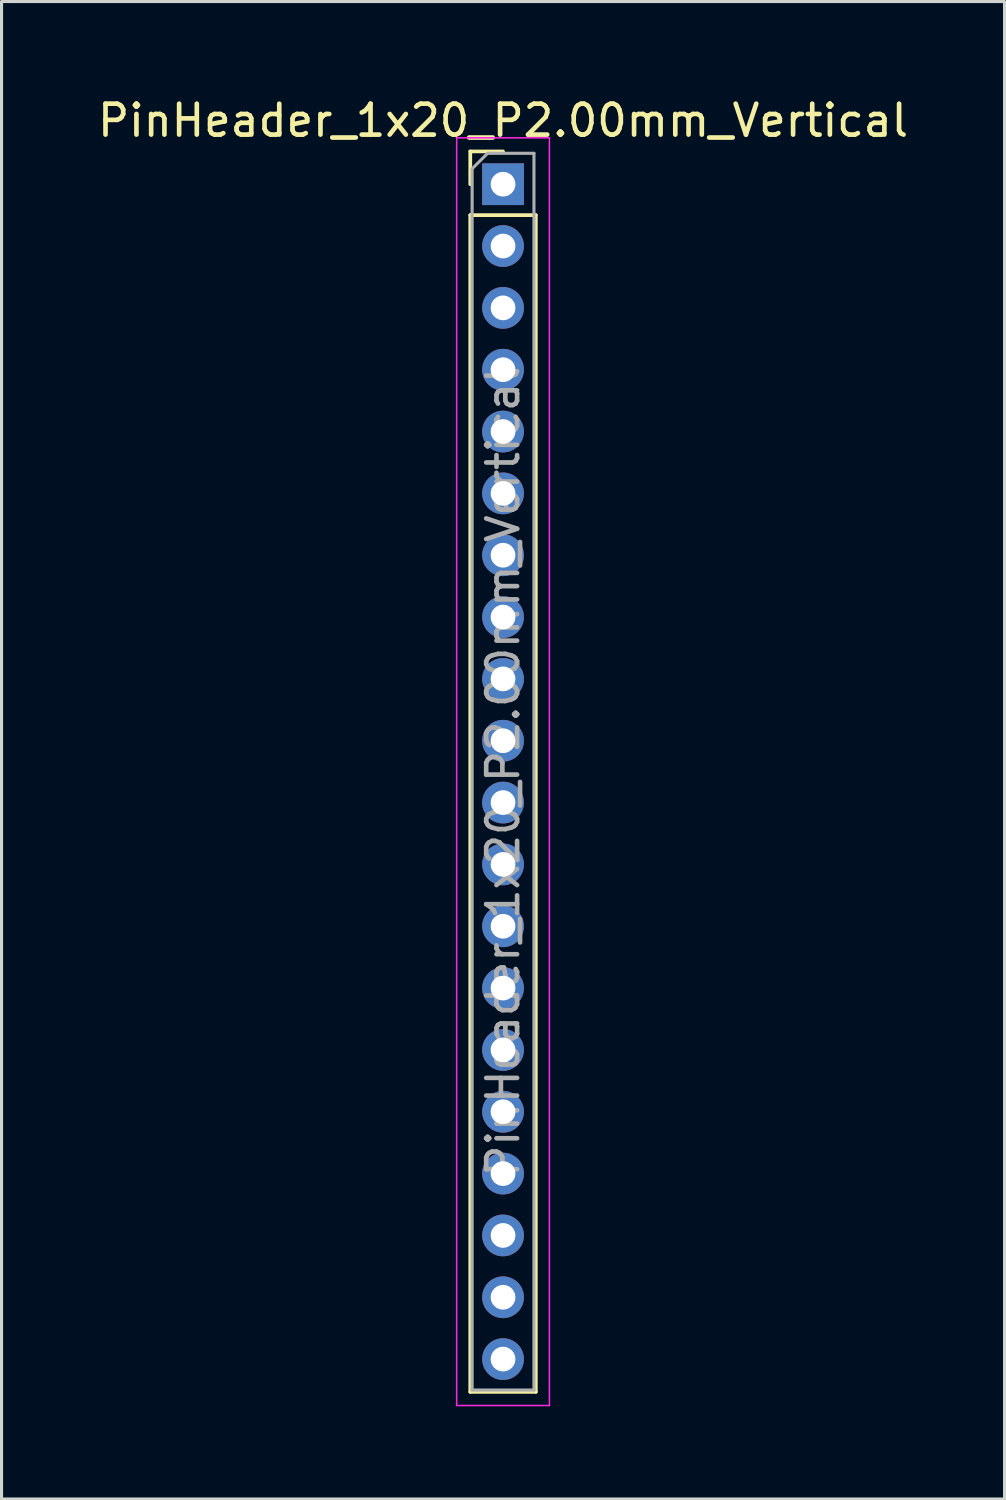
<source format=kicad_pcb>
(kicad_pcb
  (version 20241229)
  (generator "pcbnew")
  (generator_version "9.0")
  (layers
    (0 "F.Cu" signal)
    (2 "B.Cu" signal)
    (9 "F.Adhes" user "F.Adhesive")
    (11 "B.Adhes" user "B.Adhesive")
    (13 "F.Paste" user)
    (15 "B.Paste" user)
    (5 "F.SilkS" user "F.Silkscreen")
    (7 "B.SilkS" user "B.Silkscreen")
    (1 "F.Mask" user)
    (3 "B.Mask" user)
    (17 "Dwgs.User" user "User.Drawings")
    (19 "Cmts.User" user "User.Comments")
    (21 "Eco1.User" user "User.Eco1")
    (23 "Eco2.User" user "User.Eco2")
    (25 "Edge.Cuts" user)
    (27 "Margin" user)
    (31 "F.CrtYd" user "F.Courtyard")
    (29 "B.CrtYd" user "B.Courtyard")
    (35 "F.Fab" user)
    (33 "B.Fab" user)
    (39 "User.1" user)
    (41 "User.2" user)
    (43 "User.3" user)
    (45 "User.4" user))
  (footprint "PinHeader_1x20_P2.00mm_Vertical"
    (layer "F.Cu")
    (at 13.22 2.908)
    (property "Reference" "PinHeader_1x20_P2.00mm_Vertical" (at 0 -2.06 0) (layer "F.SilkS") (effects (font (size 1 1) (thickness 0.15))))
    (attr through_hole)
    (fp_line (start -1.06 -1.06) (end 0 -1.06) (stroke (width 0.12) (type solid)) (layer "F.SilkS"))
    (fp_line (start -1.06 0) (end -1.06 -1.06) (stroke (width 0.12) (type solid)) (layer "F.SilkS"))
    (fp_line (start -1.06 1) (end -1.06 39.06) (stroke (width 0.12) (type solid)) (layer "F.SilkS"))
    (fp_line (start -1.06 1) (end 1.06 1) (stroke (width 0.12) (type solid)) (layer "F.SilkS"))
    (fp_line (start -1.06 39.06) (end 1.06 39.06) (stroke (width 0.12) (type solid)) (layer "F.SilkS"))
    (fp_line (start 1.06 1) (end 1.06 39.06) (stroke (width 0.12) (type solid)) (layer "F.SilkS"))
    (fp_line (start -1.5 -1.5) (end -1.5 39.5) (stroke (width 0.05) (type solid)) (layer "F.CrtYd"))
    (fp_line (start -1.5 39.5) (end 1.5 39.5) (stroke (width 0.05) (type solid)) (layer "F.CrtYd"))
    (fp_line (start 1.5 -1.5) (end -1.5 -1.5) (stroke (width 0.05) (type solid)) (layer "F.CrtYd"))
    (fp_line (start 1.5 39.5) (end 1.5 -1.5) (stroke (width 0.05) (type solid)) (layer "F.CrtYd"))
    (fp_line (start -1 -0.5) (end -0.5 -1) (stroke (width 0.1) (type solid)) (layer "F.Fab"))
    (fp_line (start -1 39) (end -1 -0.5) (stroke (width 0.1) (type solid)) (layer "F.Fab"))
    (fp_line (start -0.5 -1) (end 1 -1) (stroke (width 0.1) (type solid)) (layer "F.Fab"))
    (fp_line (start 1 -1) (end 1 39) (stroke (width 0.1) (type solid)) (layer "F.Fab"))
    (fp_line (start 1 39) (end -1 39) (stroke (width 0.1) (type solid)) (layer "F.Fab"))
    (fp_text user "${REFERENCE}" (at 0 19 90) (layer "F.Fab") (effects (font (size 1 1) (thickness 0.15))))
    (pad "1" thru_hole rect (at 0 0) (size 1.35 1.35) (drill 0.8) (layers "*.Cu" "*.Mask"))
    (pad "2" thru_hole oval (at 0 2) (size 1.35 1.35) (drill 0.8) (layers "*.Cu" "*.Mask"))
    (pad "3" thru_hole oval (at 0 4) (size 1.35 1.35) (drill 0.8) (layers "*.Cu" "*.Mask"))
    (pad "4" thru_hole oval (at 0 6) (size 1.35 1.35) (drill 0.8) (layers "*.Cu" "*.Mask"))
    (pad "5" thru_hole oval (at 0 8) (size 1.35 1.35) (drill 0.8) (layers "*.Cu" "*.Mask"))
    (pad "6" thru_hole oval (at 0 10) (size 1.35 1.35) (drill 0.8) (layers "*.Cu" "*.Mask"))
    (pad "7" thru_hole oval (at 0 12) (size 1.35 1.35) (drill 0.8) (layers "*.Cu" "*.Mask"))
    (pad "8" thru_hole oval (at 0 14) (size 1.35 1.35) (drill 0.8) (layers "*.Cu" "*.Mask"))
    (pad "9" thru_hole oval (at 0 16) (size 1.35 1.35) (drill 0.8) (layers "*.Cu" "*.Mask"))
    (pad "10" thru_hole oval (at 0 18) (size 1.35 1.35) (drill 0.8) (layers "*.Cu" "*.Mask"))
    (pad "11" thru_hole oval (at 0 20) (size 1.35 1.35) (drill 0.8) (layers "*.Cu" "*.Mask"))
    (pad "12" thru_hole oval (at 0 22) (size 1.35 1.35) (drill 0.8) (layers "*.Cu" "*.Mask"))
    (pad "13" thru_hole oval (at 0 24) (size 1.35 1.35) (drill 0.8) (layers "*.Cu" "*.Mask"))
    (pad "14" thru_hole oval (at 0 26) (size 1.35 1.35) (drill 0.8) (layers "*.Cu" "*.Mask"))
    (pad "15" thru_hole oval (at 0 28) (size 1.35 1.35) (drill 0.8) (layers "*.Cu" "*.Mask"))
    (pad "16" thru_hole oval (at 0 30) (size 1.35 1.35) (drill 0.8) (layers "*.Cu" "*.Mask"))
    (pad "17" thru_hole oval (at 0 32) (size 1.35 1.35) (drill 0.8) (layers "*.Cu" "*.Mask"))
    (pad "18" thru_hole oval (at 0 34) (size 1.35 1.35) (drill 0.8) (layers "*.Cu" "*.Mask"))
    (pad "19" thru_hole oval (at 0 36) (size 1.35 1.35) (drill 0.8) (layers "*.Cu" "*.Mask"))
    (pad "20" thru_hole oval (at 0 38) (size 1.35 1.35) (drill 0.8) (layers "*.Cu" "*.Mask")))
  (gr_rect
    (start -3 -3)
    (end 29.44 45.433)
    (stroke (width 0.1) (type default))
    (fill no)
    (layer "Edge.Cuts")))
</source>
